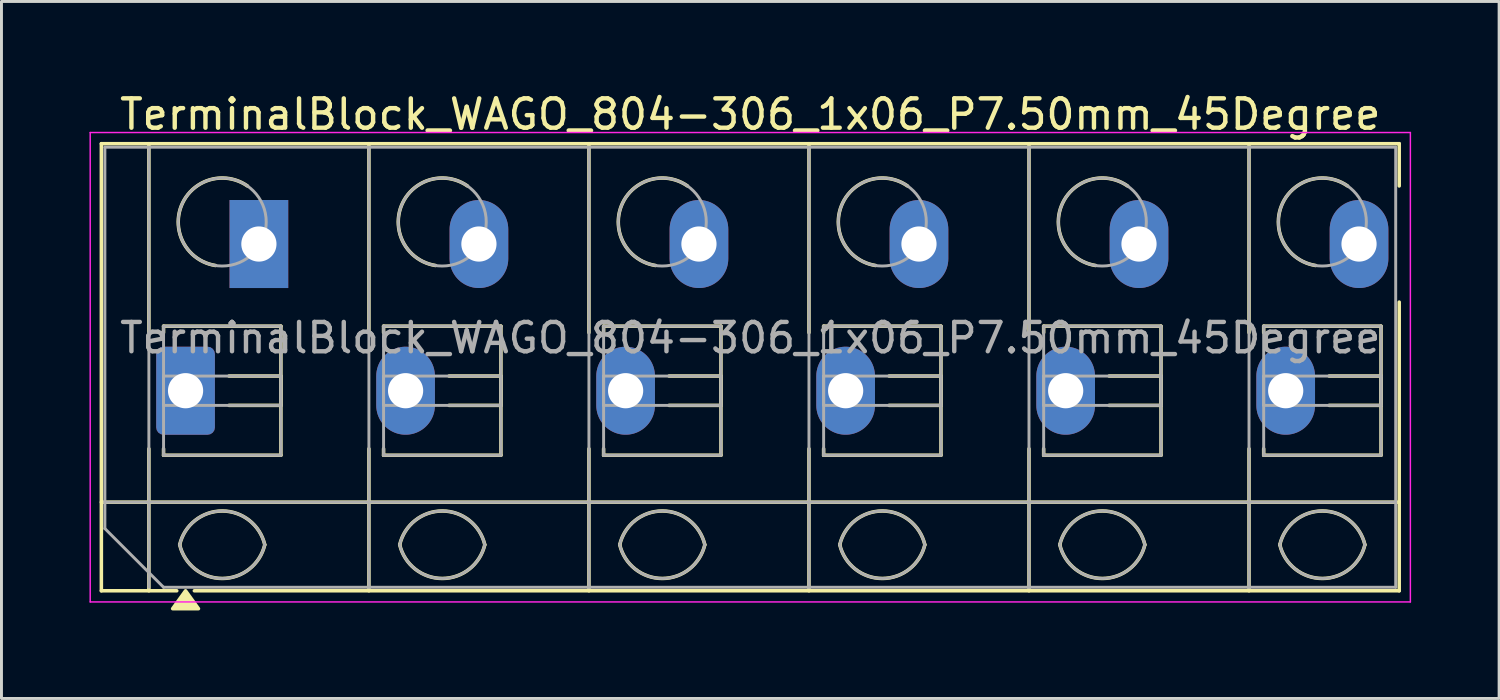
<source format=kicad_pcb>
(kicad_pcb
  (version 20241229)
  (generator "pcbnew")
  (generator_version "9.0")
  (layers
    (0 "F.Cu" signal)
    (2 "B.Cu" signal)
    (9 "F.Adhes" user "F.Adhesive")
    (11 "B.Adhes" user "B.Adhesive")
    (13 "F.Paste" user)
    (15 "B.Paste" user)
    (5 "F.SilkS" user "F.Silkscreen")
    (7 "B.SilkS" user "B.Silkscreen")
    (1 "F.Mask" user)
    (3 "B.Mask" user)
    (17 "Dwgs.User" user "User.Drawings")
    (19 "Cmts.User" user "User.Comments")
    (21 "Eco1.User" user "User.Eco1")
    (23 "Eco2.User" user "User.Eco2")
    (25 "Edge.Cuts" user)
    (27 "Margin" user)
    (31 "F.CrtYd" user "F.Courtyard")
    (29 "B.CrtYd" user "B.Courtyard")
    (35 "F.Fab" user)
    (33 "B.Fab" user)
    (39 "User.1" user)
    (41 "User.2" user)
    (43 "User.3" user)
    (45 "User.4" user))
  (footprint "TerminalBlock_WAGO_804-306_1x06_P7.50mm_45Degree"
    (layer "F.Cu")
    (at 3.275 10.268)
    (property "Reference" "TerminalBlock_WAGO_804-306_1x06_P7.50mm_45Degree" (at 19.25 -9.42 0) (layer "F.SilkS") (effects (font (size 1 1) (thickness 0.15))))
    (attr through_hole)
    (fp_line (start -2.87 -8.42) (end -2.87 6.82) (stroke (width 0.12) (type solid)) (layer "F.SilkS"))
    (fp_line (start -2.87 -8.42) (end 41.37 -8.42) (stroke (width 0.12) (type solid)) (layer "F.SilkS"))
    (fp_line (start -2.87 3.8) (end 41.37 3.8) (stroke (width 0.12) (type solid)) (layer "F.SilkS"))
    (fp_line (start -2.87 6.82) (end -0.3 6.82) (stroke (width 0.12) (type solid)) (layer "F.SilkS"))
    (fp_line (start -1.25 -8.42) (end -1.25 -1.98) (stroke (width 0.12) (type solid)) (layer "F.SilkS"))
    (fp_line (start -1.25 1.98) (end -1.25 6.82) (stroke (width 0.12) (type solid)) (layer "F.SilkS"))
    (fp_line (start -0.75 -2.2) (end -0.75 -1.98) (stroke (width 0.12) (type solid)) (layer "F.SilkS"))
    (fp_line (start -0.75 -2.2) (end 3.25 -2.2) (stroke (width 0.12) (type solid)) (layer "F.SilkS"))
    (fp_line (start -0.75 1.98) (end -0.75 2.2) (stroke (width 0.12) (type solid)) (layer "F.SilkS"))
    (fp_line (start -0.75 2.2) (end 3.25 2.2) (stroke (width 0.12) (type solid)) (layer "F.SilkS"))
    (fp_line (start 0.3 6.82) (end 41.37 6.82) (stroke (width 0.12) (type solid)) (layer "F.SilkS"))
    (fp_line (start 1.48 -0.5) (end 3.25 -0.5) (stroke (width 0.12) (type solid)) (layer "F.SilkS"))
    (fp_line (start 1.48 0.5) (end 3.25 0.5) (stroke (width 0.12) (type solid)) (layer "F.SilkS"))
    (fp_line (start 3.25 -2.2) (end 3.25 2.2) (stroke (width 0.12) (type solid)) (layer "F.SilkS"))
    (fp_line (start 3.25 -0.5) (end 3.25 0.5) (stroke (width 0.12) (type solid)) (layer "F.SilkS"))
    (fp_line (start 6.25 -8.42) (end 6.25 -1.98) (stroke (width 0.12) (type solid)) (layer "F.SilkS"))
    (fp_line (start 6.25 1.98) (end 6.25 6.82) (stroke (width 0.12) (type solid)) (layer "F.SilkS"))
    (fp_line (start 6.75 -2.2) (end 6.75 -1.98) (stroke (width 0.12) (type solid)) (layer "F.SilkS"))
    (fp_line (start 6.75 -2.2) (end 10.75 -2.2) (stroke (width 0.12) (type solid)) (layer "F.SilkS"))
    (fp_line (start 6.75 1.98) (end 6.75 2.2) (stroke (width 0.12) (type solid)) (layer "F.SilkS"))
    (fp_line (start 6.75 2.2) (end 10.75 2.2) (stroke (width 0.12) (type solid)) (layer "F.SilkS"))
    (fp_line (start 8.98 -0.5) (end 10.75 -0.5) (stroke (width 0.12) (type solid)) (layer "F.SilkS"))
    (fp_line (start 8.98 0.5) (end 10.75 0.5) (stroke (width 0.12) (type solid)) (layer "F.SilkS"))
    (fp_line (start 10.75 -2.2) (end 10.75 2.2) (stroke (width 0.12) (type solid)) (layer "F.SilkS"))
    (fp_line (start 10.75 -0.5) (end 10.75 0.5) (stroke (width 0.12) (type solid)) (layer "F.SilkS"))
    (fp_line (start 13.75 -8.42) (end 13.75 -1.98) (stroke (width 0.12) (type solid)) (layer "F.SilkS"))
    (fp_line (start 13.75 1.98) (end 13.75 6.82) (stroke (width 0.12) (type solid)) (layer "F.SilkS"))
    (fp_line (start 14.25 -2.2) (end 14.25 -1.98) (stroke (width 0.12) (type solid)) (layer "F.SilkS"))
    (fp_line (start 14.25 -2.2) (end 18.25 -2.2) (stroke (width 0.12) (type solid)) (layer "F.SilkS"))
    (fp_line (start 14.25 1.98) (end 14.25 2.2) (stroke (width 0.12) (type solid)) (layer "F.SilkS"))
    (fp_line (start 14.25 2.2) (end 18.25 2.2) (stroke (width 0.12) (type solid)) (layer "F.SilkS"))
    (fp_line (start 16.48 -0.5) (end 18.25 -0.5) (stroke (width 0.12) (type solid)) (layer "F.SilkS"))
    (fp_line (start 16.48 0.5) (end 18.25 0.5) (stroke (width 0.12) (type solid)) (layer "F.SilkS"))
    (fp_line (start 18.25 -2.2) (end 18.25 2.2) (stroke (width 0.12) (type solid)) (layer "F.SilkS"))
    (fp_line (start 18.25 -0.5) (end 18.25 0.5) (stroke (width 0.12) (type solid)) (layer "F.SilkS"))
    (fp_line (start 21.25 -8.42) (end 21.25 -1.98) (stroke (width 0.12) (type solid)) (layer "F.SilkS"))
    (fp_line (start 21.25 1.98) (end 21.25 6.82) (stroke (width 0.12) (type solid)) (layer "F.SilkS"))
    (fp_line (start 21.75 -2.2) (end 21.75 -1.98) (stroke (width 0.12) (type solid)) (layer "F.SilkS"))
    (fp_line (start 21.75 -2.2) (end 25.75 -2.2) (stroke (width 0.12) (type solid)) (layer "F.SilkS"))
    (fp_line (start 21.75 1.98) (end 21.75 2.2) (stroke (width 0.12) (type solid)) (layer "F.SilkS"))
    (fp_line (start 21.75 2.2) (end 25.75 2.2) (stroke (width 0.12) (type solid)) (layer "F.SilkS"))
    (fp_line (start 23.98 -0.5) (end 25.75 -0.5) (stroke (width 0.12) (type solid)) (layer "F.SilkS"))
    (fp_line (start 23.98 0.5) (end 25.75 0.5) (stroke (width 0.12) (type solid)) (layer "F.SilkS"))
    (fp_line (start 25.75 -2.2) (end 25.75 2.2) (stroke (width 0.12) (type solid)) (layer "F.SilkS"))
    (fp_line (start 25.75 -0.5) (end 25.75 0.5) (stroke (width 0.12) (type solid)) (layer "F.SilkS"))
    (fp_line (start 28.75 -8.42) (end 28.75 -1.98) (stroke (width 0.12) (type solid)) (layer "F.SilkS"))
    (fp_line (start 28.75 1.98) (end 28.75 6.82) (stroke (width 0.12) (type solid)) (layer "F.SilkS"))
    (fp_line (start 29.25 -2.2) (end 29.25 -1.98) (stroke (width 0.12) (type solid)) (layer "F.SilkS"))
    (fp_line (start 29.25 -2.2) (end 33.25 -2.2) (stroke (width 0.12) (type solid)) (layer "F.SilkS"))
    (fp_line (start 29.25 1.98) (end 29.25 2.2) (stroke (width 0.12) (type solid)) (layer "F.SilkS"))
    (fp_line (start 29.25 2.2) (end 33.25 2.2) (stroke (width 0.12) (type solid)) (layer "F.SilkS"))
    (fp_line (start 31.48 -0.5) (end 33.25 -0.5) (stroke (width 0.12) (type solid)) (layer "F.SilkS"))
    (fp_line (start 31.48 0.5) (end 33.25 0.5) (stroke (width 0.12) (type solid)) (layer "F.SilkS"))
    (fp_line (start 33.25 -2.2) (end 33.25 2.2) (stroke (width 0.12) (type solid)) (layer "F.SilkS"))
    (fp_line (start 33.25 -0.5) (end 33.25 0.5) (stroke (width 0.12) (type solid)) (layer "F.SilkS"))
    (fp_line (start 36.25 -8.42) (end 36.25 -1.98) (stroke (width 0.12) (type solid)) (layer "F.SilkS"))
    (fp_line (start 36.25 1.98) (end 36.25 6.82) (stroke (width 0.12) (type solid)) (layer "F.SilkS"))
    (fp_line (start 36.75 -2.2) (end 36.75 -1.98) (stroke (width 0.12) (type solid)) (layer "F.SilkS"))
    (fp_line (start 36.75 -2.2) (end 40.75 -2.2) (stroke (width 0.12) (type solid)) (layer "F.SilkS"))
    (fp_line (start 36.75 1.98) (end 36.75 2.2) (stroke (width 0.12) (type solid)) (layer "F.SilkS"))
    (fp_line (start 36.75 2.2) (end 40.75 2.2) (stroke (width 0.12) (type solid)) (layer "F.SilkS"))
    (fp_line (start 38.98 -0.5) (end 40.75 -0.5) (stroke (width 0.12) (type solid)) (layer "F.SilkS"))
    (fp_line (start 38.98 0.5) (end 40.75 0.5) (stroke (width 0.12) (type solid)) (layer "F.SilkS"))
    (fp_line (start 40.75 -2.2) (end 40.75 2.2) (stroke (width 0.12) (type solid)) (layer "F.SilkS"))
    (fp_line (start 40.75 -0.5) (end 40.75 0.5) (stroke (width 0.12) (type solid)) (layer "F.SilkS"))
    (fp_line (start 41.37 -8.42) (end 41.37 -6.98) (stroke (width 0.12) (type solid)) (layer "F.SilkS"))
    (fp_line (start 41.37 -3.02) (end 41.37 6.82) (stroke (width 0.12) (type solid)) (layer "F.SilkS"))
    (fp_arc (start -0.2 5.25) (mid 1.25 4.1) (end 2.7 5.25) (stroke (width 0.12) (type solid)) (layer "F.SilkS"))
    (fp_arc (start 1.02 -4.268) (mid -0.141916 -6.309209) (end 2.109 -6.98) (stroke (width 0.12) (type solid)) (layer "F.SilkS"))
    (fp_arc (start 2.7 5.25) (mid 1.25 6.4) (end -0.2 5.25) (stroke (width 0.12) (type solid)) (layer "F.SilkS"))
    (fp_arc (start 7.3 5.25) (mid 8.75 4.1) (end 10.2 5.25) (stroke (width 0.12) (type solid)) (layer "F.SilkS"))
    (fp_arc (start 8.52 -4.268) (mid 7.358084 -6.309209) (end 9.609 -6.98) (stroke (width 0.12) (type solid)) (layer "F.SilkS"))
    (fp_arc (start 10.2 5.25) (mid 8.75 6.4) (end 7.3 5.25) (stroke (width 0.12) (type solid)) (layer "F.SilkS"))
    (fp_arc (start 14.8 5.25) (mid 16.25 4.1) (end 17.7 5.25) (stroke (width 0.12) (type solid)) (layer "F.SilkS"))
    (fp_arc (start 16.02 -4.268) (mid 14.858084 -6.309209) (end 17.109 -6.98) (stroke (width 0.12) (type solid)) (layer "F.SilkS"))
    (fp_arc (start 17.7 5.25) (mid 16.25 6.4) (end 14.8 5.25) (stroke (width 0.12) (type solid)) (layer "F.SilkS"))
    (fp_arc (start 22.3 5.25) (mid 23.75 4.1) (end 25.2 5.25) (stroke (width 0.12) (type solid)) (layer "F.SilkS"))
    (fp_arc (start 23.52 -4.268) (mid 22.358084 -6.309209) (end 24.609 -6.98) (stroke (width 0.12) (type solid)) (layer "F.SilkS"))
    (fp_arc (start 25.2 5.25) (mid 23.75 6.4) (end 22.3 5.25) (stroke (width 0.12) (type solid)) (layer "F.SilkS"))
    (fp_arc (start 29.8 5.25) (mid 31.25 4.1) (end 32.7 5.25) (stroke (width 0.12) (type solid)) (layer "F.SilkS"))
    (fp_arc (start 31.02 -4.268) (mid 29.858084 -6.309209) (end 32.109 -6.98) (stroke (width 0.12) (type solid)) (layer "F.SilkS"))
    (fp_arc (start 32.7 5.25) (mid 31.25 6.4) (end 29.8 5.25) (stroke (width 0.12) (type solid)) (layer "F.SilkS"))
    (fp_arc (start 37.3 5.25) (mid 38.75 4.1) (end 40.2 5.25) (stroke (width 0.12) (type solid)) (layer "F.SilkS"))
    (fp_arc (start 38.52 -4.268) (mid 37.358084 -6.309209) (end 39.609 -6.98) (stroke (width 0.12) (type solid)) (layer "F.SilkS"))
    (fp_arc (start 40.2 5.25) (mid 38.75 6.4) (end 37.3 5.25) (stroke (width 0.12) (type solid)) (layer "F.SilkS"))
    (fp_poly (pts (xy 0 6.82) (xy 0.44 7.43) (xy -0.44 7.43)) (stroke (width 0.12) (type solid)) (fill yes) (layer "F.SilkS"))
    (fp_line (start -3.25 -8.8) (end -3.25 7.2) (stroke (width 0.05) (type solid)) (layer "F.CrtYd"))
    (fp_line (start -3.25 7.2) (end 41.75 7.2) (stroke (width 0.05) (type solid)) (layer "F.CrtYd"))
    (fp_line (start 41.75 -8.8) (end -3.25 -8.8) (stroke (width 0.05) (type solid)) (layer "F.CrtYd"))
    (fp_line (start 41.75 7.2) (end 41.75 -8.8) (stroke (width 0.05) (type solid)) (layer "F.CrtYd"))
    (fp_line (start -2.75 -8.3) (end 41.25 -8.3) (stroke (width 0.1) (type solid)) (layer "F.Fab"))
    (fp_line (start -2.75 3.8) (end 41.25 3.8) (stroke (width 0.1) (type solid)) (layer "F.Fab"))
    (fp_line (start -2.75 4.7) (end -2.75 -8.3) (stroke (width 0.1) (type solid)) (layer "F.Fab"))
    (fp_line (start -1.25 -8.3) (end -1.25 6.7) (stroke (width 0.1) (type solid)) (layer "F.Fab"))
    (fp_line (start -0.75 -2.2) (end -0.75 2.2) (stroke (width 0.1) (type solid)) (layer "F.Fab"))
    (fp_line (start -0.75 -0.5) (end -0.75 0.5) (stroke (width 0.1) (type solid)) (layer "F.Fab"))
    (fp_line (start -0.75 0.5) (end 3.25 0.5) (stroke (width 0.1) (type solid)) (layer "F.Fab"))
    (fp_line (start -0.75 2.2) (end 3.25 2.2) (stroke (width 0.1) (type solid)) (layer "F.Fab"))
    (fp_line (start -0.75 6.7) (end -2.75 4.7) (stroke (width 0.1) (type solid)) (layer "F.Fab"))
    (fp_line (start 3.25 -2.2) (end -0.75 -2.2) (stroke (width 0.1) (type solid)) (layer "F.Fab"))
    (fp_line (start 3.25 -0.5) (end -0.75 -0.5) (stroke (width 0.1) (type solid)) (layer "F.Fab"))
    (fp_line (start 3.25 0.5) (end 3.25 -0.5) (stroke (width 0.1) (type solid)) (layer "F.Fab"))
    (fp_line (start 3.25 2.2) (end 3.25 -2.2) (stroke (width 0.1) (type solid)) (layer "F.Fab"))
    (fp_line (start 6.25 -8.3) (end 6.25 6.7) (stroke (width 0.1) (type solid)) (layer "F.Fab"))
    (fp_line (start 6.75 -2.2) (end 6.75 2.2) (stroke (width 0.1) (type solid)) (layer "F.Fab"))
    (fp_line (start 6.75 -0.5) (end 6.75 0.5) (stroke (width 0.1) (type solid)) (layer "F.Fab"))
    (fp_line (start 6.75 0.5) (end 10.75 0.5) (stroke (width 0.1) (type solid)) (layer "F.Fab"))
    (fp_line (start 6.75 2.2) (end 10.75 2.2) (stroke (width 0.1) (type solid)) (layer "F.Fab"))
    (fp_line (start 10.75 -2.2) (end 6.75 -2.2) (stroke (width 0.1) (type solid)) (layer "F.Fab"))
    (fp_line (start 10.75 -0.5) (end 6.75 -0.5) (stroke (width 0.1) (type solid)) (layer "F.Fab"))
    (fp_line (start 10.75 0.5) (end 10.75 -0.5) (stroke (width 0.1) (type solid)) (layer "F.Fab"))
    (fp_line (start 10.75 2.2) (end 10.75 -2.2) (stroke (width 0.1) (type solid)) (layer "F.Fab"))
    (fp_line (start 13.75 -8.3) (end 13.75 6.7) (stroke (width 0.1) (type solid)) (layer "F.Fab"))
    (fp_line (start 14.25 -2.2) (end 14.25 2.2) (stroke (width 0.1) (type solid)) (layer "F.Fab"))
    (fp_line (start 14.25 -0.5) (end 14.25 0.5) (stroke (width 0.1) (type solid)) (layer "F.Fab"))
    (fp_line (start 14.25 0.5) (end 18.25 0.5) (stroke (width 0.1) (type solid)) (layer "F.Fab"))
    (fp_line (start 14.25 2.2) (end 18.25 2.2) (stroke (width 0.1) (type solid)) (layer "F.Fab"))
    (fp_line (start 18.25 -2.2) (end 14.25 -2.2) (stroke (width 0.1) (type solid)) (layer "F.Fab"))
    (fp_line (start 18.25 -0.5) (end 14.25 -0.5) (stroke (width 0.1) (type solid)) (layer "F.Fab"))
    (fp_line (start 18.25 0.5) (end 18.25 -0.5) (stroke (width 0.1) (type solid)) (layer "F.Fab"))
    (fp_line (start 18.25 2.2) (end 18.25 -2.2) (stroke (width 0.1) (type solid)) (layer "F.Fab"))
    (fp_line (start 21.25 -8.3) (end 21.25 6.7) (stroke (width 0.1) (type solid)) (layer "F.Fab"))
    (fp_line (start 21.75 -2.2) (end 21.75 2.2) (stroke (width 0.1) (type solid)) (layer "F.Fab"))
    (fp_line (start 21.75 -0.5) (end 21.75 0.5) (stroke (width 0.1) (type solid)) (layer "F.Fab"))
    (fp_line (start 21.75 0.5) (end 25.75 0.5) (stroke (width 0.1) (type solid)) (layer "F.Fab"))
    (fp_line (start 21.75 2.2) (end 25.75 2.2) (stroke (width 0.1) (type solid)) (layer "F.Fab"))
    (fp_line (start 25.75 -2.2) (end 21.75 -2.2) (stroke (width 0.1) (type solid)) (layer "F.Fab"))
    (fp_line (start 25.75 -0.5) (end 21.75 -0.5) (stroke (width 0.1) (type solid)) (layer "F.Fab"))
    (fp_line (start 25.75 0.5) (end 25.75 -0.5) (stroke (width 0.1) (type solid)) (layer "F.Fab"))
    (fp_line (start 25.75 2.2) (end 25.75 -2.2) (stroke (width 0.1) (type solid)) (layer "F.Fab"))
    (fp_line (start 28.75 -8.3) (end 28.75 6.7) (stroke (width 0.1) (type solid)) (layer "F.Fab"))
    (fp_line (start 29.25 -2.2) (end 29.25 2.2) (stroke (width 0.1) (type solid)) (layer "F.Fab"))
    (fp_line (start 29.25 -0.5) (end 29.25 0.5) (stroke (width 0.1) (type solid)) (layer "F.Fab"))
    (fp_line (start 29.25 0.5) (end 33.25 0.5) (stroke (width 0.1) (type solid)) (layer "F.Fab"))
    (fp_line (start 29.25 2.2) (end 33.25 2.2) (stroke (width 0.1) (type solid)) (layer "F.Fab"))
    (fp_line (start 33.25 -2.2) (end 29.25 -2.2) (stroke (width 0.1) (type solid)) (layer "F.Fab"))
    (fp_line (start 33.25 -0.5) (end 29.25 -0.5) (stroke (width 0.1) (type solid)) (layer "F.Fab"))
    (fp_line (start 33.25 0.5) (end 33.25 -0.5) (stroke (width 0.1) (type solid)) (layer "F.Fab"))
    (fp_line (start 33.25 2.2) (end 33.25 -2.2) (stroke (width 0.1) (type solid)) (layer "F.Fab"))
    (fp_line (start 36.25 -8.3) (end 36.25 6.7) (stroke (width 0.1) (type solid)) (layer "F.Fab"))
    (fp_line (start 36.75 -2.2) (end 36.75 2.2) (stroke (width 0.1) (type solid)) (layer "F.Fab"))
    (fp_line (start 36.75 -0.5) (end 36.75 0.5) (stroke (width 0.1) (type solid)) (layer "F.Fab"))
    (fp_line (start 36.75 0.5) (end 40.75 0.5) (stroke (width 0.1) (type solid)) (layer "F.Fab"))
    (fp_line (start 36.75 2.2) (end 40.75 2.2) (stroke (width 0.1) (type solid)) (layer "F.Fab"))
    (fp_line (start 40.75 -2.2) (end 36.75 -2.2) (stroke (width 0.1) (type solid)) (layer "F.Fab"))
    (fp_line (start 40.75 -0.5) (end 36.75 -0.5) (stroke (width 0.1) (type solid)) (layer "F.Fab"))
    (fp_line (start 40.75 0.5) (end 40.75 -0.5) (stroke (width 0.1) (type solid)) (layer "F.Fab"))
    (fp_line (start 40.75 2.2) (end 40.75 -2.2) (stroke (width 0.1) (type solid)) (layer "F.Fab"))
    (fp_line (start 41.25 -8.3) (end 41.25 6.7) (stroke (width 0.1) (type solid)) (layer "F.Fab"))
    (fp_line (start 41.25 6.7) (end -0.75 6.7) (stroke (width 0.1) (type solid)) (layer "F.Fab"))
    (fp_arc (start -0.2 5.25) (mid 1.25 4.1) (end 2.7 5.25) (stroke (width 0.1) (type solid)) (layer "F.Fab"))
    (fp_arc (start 2.7 5.25) (mid 1.25 6.4) (end -0.2 5.25) (stroke (width 0.1) (type solid)) (layer "F.Fab"))
    (fp_arc (start 7.3 5.25) (mid 8.75 4.1) (end 10.2 5.25) (stroke (width 0.1) (type solid)) (layer "F.Fab"))
    (fp_arc (start 10.2 5.25) (mid 8.75 6.4) (end 7.3 5.25) (stroke (width 0.1) (type solid)) (layer "F.Fab"))
    (fp_arc (start 14.8 5.25) (mid 16.25 4.1) (end 17.7 5.25) (stroke (width 0.1) (type solid)) (layer "F.Fab"))
    (fp_arc (start 17.7 5.25) (mid 16.25 6.4) (end 14.8 5.25) (stroke (width 0.1) (type solid)) (layer "F.Fab"))
    (fp_arc (start 22.3 5.25) (mid 23.75 4.1) (end 25.2 5.25) (stroke (width 0.1) (type solid)) (layer "F.Fab"))
    (fp_arc (start 25.2 5.25) (mid 23.75 6.4) (end 22.3 5.25) (stroke (width 0.1) (type solid)) (layer "F.Fab"))
    (fp_arc (start 29.8 5.25) (mid 31.25 4.1) (end 32.7 5.25) (stroke (width 0.1) (type solid)) (layer "F.Fab"))
    (fp_arc (start 32.7 5.25) (mid 31.25 6.4) (end 29.8 5.25) (stroke (width 0.1) (type solid)) (layer "F.Fab"))
    (fp_arc (start 37.3 5.25) (mid 38.75 4.1) (end 40.2 5.25) (stroke (width 0.1) (type solid)) (layer "F.Fab"))
    (fp_arc (start 40.2 5.25) (mid 38.75 6.4) (end 37.3 5.25) (stroke (width 0.1) (type solid)) (layer "F.Fab"))
    (fp_circle (center 1.25 -5.75) (end 2.75 -5.75) (stroke (width 0.1) (type solid)) (fill no) (layer "F.Fab"))
    (fp_circle (center 8.75 -5.75) (end 10.25 -5.75) (stroke (width 0.1) (type solid)) (fill no) (layer "F.Fab"))
    (fp_circle (center 16.25 -5.75) (end 17.75 -5.75) (stroke (width 0.1) (type solid)) (fill no) (layer "F.Fab"))
    (fp_circle (center 23.75 -5.75) (end 25.25 -5.75) (stroke (width 0.1) (type solid)) (fill no) (layer "F.Fab"))
    (fp_circle (center 31.25 -5.75) (end 32.75 -5.75) (stroke (width 0.1) (type solid)) (fill no) (layer "F.Fab"))
    (fp_circle (center 38.75 -5.75) (end 40.25 -5.75) (stroke (width 0.1) (type solid)) (fill no) (layer "F.Fab"))
    (fp_text user "${REFERENCE}" (at 19.25 -1.8 0) (layer "F.Fab") (effects (font (size 1 1) (thickness 0.15))))
    (pad "1" thru_hole roundrect (at 0 0) (size 2 3) (drill 1.2) (layers "*.Cu" "*.Mask") (roundrect_rratio 0.125))
    (pad "1" thru_hole rect (at 2.5 -5) (size 2 3) (drill 1.2) (layers "*.Cu" "*.Mask"))
    (pad "2" thru_hole oval (at 7.5 0) (size 2 3) (drill 1.2) (layers "*.Cu" "*.Mask"))
    (pad "2" thru_hole oval (at 10 -5) (size 2 3) (drill 1.2) (layers "*.Cu" "*.Mask"))
    (pad "3" thru_hole oval (at 15 0) (size 2 3) (drill 1.2) (layers "*.Cu" "*.Mask"))
    (pad "3" thru_hole oval (at 17.5 -5) (size 2 3) (drill 1.2) (layers "*.Cu" "*.Mask"))
    (pad "4" thru_hole oval (at 22.5 0) (size 2 3) (drill 1.2) (layers "*.Cu" "*.Mask"))
    (pad "4" thru_hole oval (at 25 -5) (size 2 3) (drill 1.2) (layers "*.Cu" "*.Mask"))
    (pad "5" thru_hole oval (at 30 0) (size 2 3) (drill 1.2) (layers "*.Cu" "*.Mask"))
    (pad "5" thru_hole oval (at 32.5 -5) (size 2 3) (drill 1.2) (layers "*.Cu" "*.Mask"))
    (pad "6" thru_hole oval (at 37.5 0) (size 2 3) (drill 1.2) (layers "*.Cu" "*.Mask"))
    (pad "6" thru_hole oval (at 40 -5) (size 2 3) (drill 1.2) (layers "*.Cu" "*.Mask")))
  (gr_rect
    (start -3 -3)
    (end 48.05 20.758)
    (stroke (width 0.1) (type default))
    (fill no)
    (layer "Edge.Cuts")))
</source>
